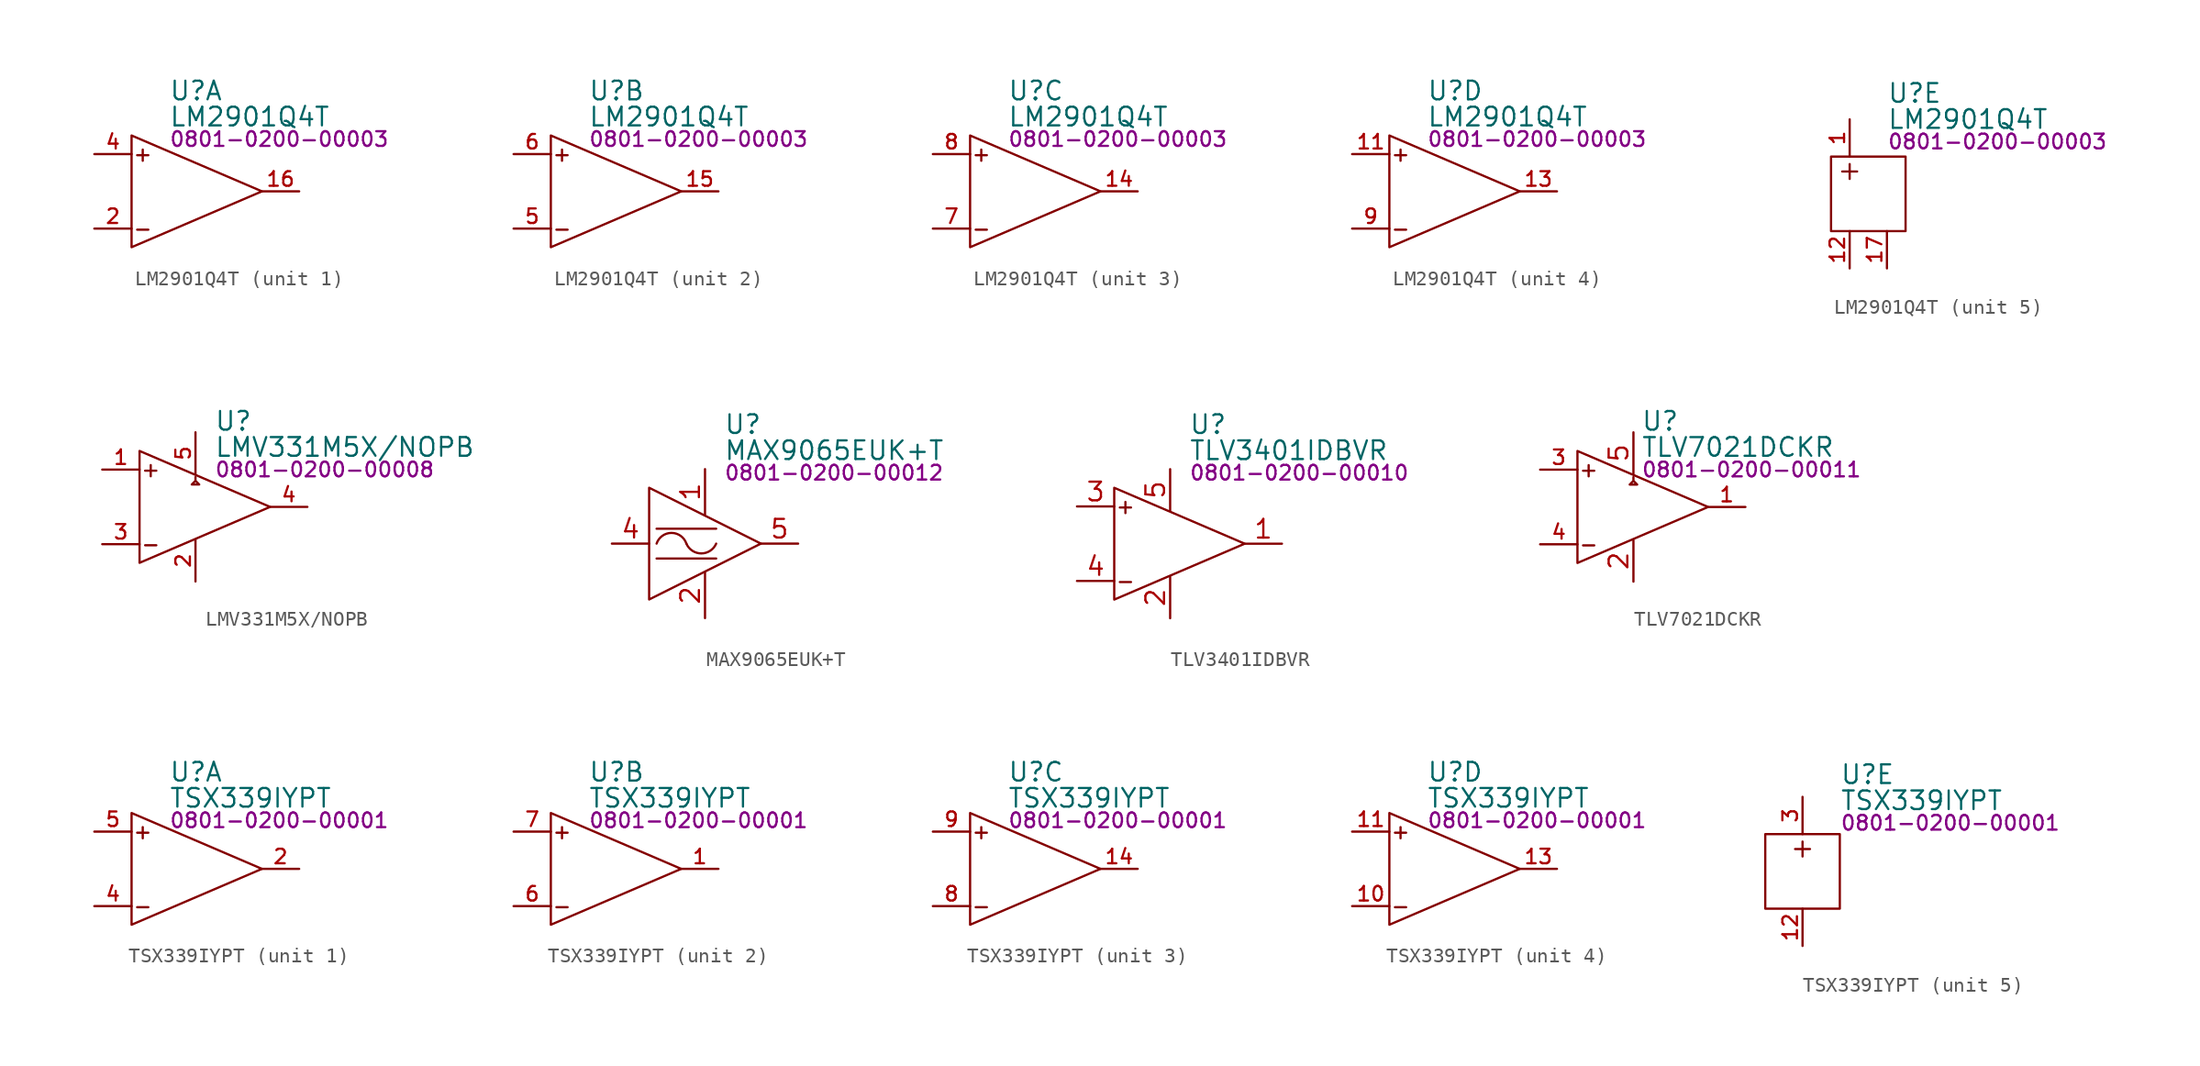
<source format=kicad_sym>
(kicad_symbol_lib
  (version 20231120)
  (generator "kicad_symbol_editor")
  (generator_version "8.0")
  (symbol "LM2901Q4T"
    (pin_names hide)
    (property "Reference" "U"
      (at 2.54 6.858 0)
      (effects (font (size 1.27 1.27)) (justify left)))
    (property "Value" "LM2901Q4T"
      (at 2.54 5.08 0)
      (effects (font (size 1.27 1.27)) (justify left)))
    (property "PartNumber" "0801-0200-00003"
      (at 2.54 3.556 0)
      (effects (font (size 1 1)) (justify left)))
    (property "ki_locked" ""
      (at 0 0 0)
      (effects (font (size 1.27 1.27))))
    (symbol "LM2901Q4T_1_0"
      (text "+" (at 0.762 2.54 0) (effects (font (size 1 1))))
      (text "-" (at 0.762 -2.54 0) (effects (font (size 1 1))))
      (pin output line (at 11.43 0 180) (length 2.54) (name "OUT1" (effects (font (size 1.27 1.27)))) (number "16" (effects (font (size 0.991 0.991)))))
      (pin input line (at -2.54 -2.54 0) (length 2.54) (name "IN1-" (effects (font (size 1.27 1.27)))) (number "2" (effects (font (size 0.991 0.991)))))
      (pin input line (at -2.54 2.54 0) (length 2.54) (name "IN1+" (effects (font (size 1.27 1.27)))) (number "4" (effects (font (size 0.991 0.991))))))
    (symbol "LM2901Q4T_1_1"
      (polyline (pts (xy 0 3.81) (xy 8.89 0) (xy 0 -3.81) (xy 0 3.81)) (stroke (width 0) (type default)) (fill (type none))))
    (symbol "LM2901Q4T_2_0"
      (text "+" (at 0.762 2.54 0) (effects (font (size 1 1))))
      (text "-" (at 0.762 -2.54 0) (effects (font (size 1 1))))
      (pin output line (at 11.43 0 180) (length 2.54) (name "OUT2" (effects (font (size 1.27 1.27)))) (number "15" (effects (font (size 0.991 0.991)))))
      (pin input line (at -2.54 -2.54 0) (length 2.54) (name "IN2-" (effects (font (size 1.27 1.27)))) (number "5" (effects (font (size 0.991 0.991)))))
      (pin input line (at -2.54 2.54 0) (length 2.54) (name "IN2+" (effects (font (size 1.27 1.27)))) (number "6" (effects (font (size 0.991 0.991))))))
    (symbol "LM2901Q4T_2_1"
      (polyline (pts (xy 0 3.81) (xy 8.89 0) (xy 0 -3.81) (xy 0 3.81)) (stroke (width 0) (type default)) (fill (type none))))
    (symbol "LM2901Q4T_3_0"
      (text "+" (at 0.762 2.54 0) (effects (font (size 1 1))))
      (text "-" (at 0.762 -2.54 0) (effects (font (size 1 1))))
      (pin output line (at 11.43 0 180) (length 2.54) (name "OUT3" (effects (font (size 1.27 1.27)))) (number "14" (effects (font (size 0.991 0.991)))))
      (pin input line (at -2.54 -2.54 0) (length 2.54) (name "IN3-" (effects (font (size 1.27 1.27)))) (number "7" (effects (font (size 0.991 0.991)))))
      (pin input line (at -2.54 2.54 0) (length 2.54) (name "IN3+" (effects (font (size 1.27 1.27)))) (number "8" (effects (font (size 0.991 0.991))))))
    (symbol "LM2901Q4T_3_1"
      (polyline (pts (xy 0 3.81) (xy 8.89 0) (xy 0 -3.81) (xy 0 3.81)) (stroke (width 0) (type default)) (fill (type none))))
    (symbol "LM2901Q4T_4_0"
      (text "+" (at 0.762 2.54 0) (effects (font (size 1 1))))
      (text "-" (at 0.762 -2.54 0) (effects (font (size 1 1))))
      (pin input line (at -2.54 2.54 0) (length 2.54) (name "IN4+" (effects (font (size 1.27 1.27)))) (number "11" (effects (font (size 0.991 0.991)))))
      (pin output line (at 11.43 0 180) (length 2.54) (name "OUT4" (effects (font (size 1.27 1.27)))) (number "13" (effects (font (size 0.991 0.991)))))
      (pin input line (at -2.54 -2.54 0) (length 2.54) (name "IN4-" (effects (font (size 1.27 1.27)))) (number "9" (effects (font (size 0.991 0.991))))))
    (symbol "LM2901Q4T_4_1"
      (polyline (pts (xy 0 3.81) (xy 8.89 0) (xy 0 -3.81) (xy 0 3.81)) (stroke (width 0) (type default)) (fill (type none))))
    (symbol "LM2901Q4T_5_0"
      (rectangle (start -1.27 2.54) (end 3.81 -2.54) (stroke (width 0) (type default)) (fill (type none)))
      (pin power_in line (at 0 5.08 270) (length 2.54) (name "VCC+" (effects (font (size 1.27 1.27)))) (number "1" (effects (font (size 0.991 0.991)))))
      (pin unspecified line (at -5.08 -2.54 0) (length 2.54) hide (name "NC" (effects (font (size 1.27 1.27)))) (number "10" (effects (font (size 0.991 0.991)))))
      (pin power_in line (at 0 -5.08 90) (length 2.54) (name "VCC-" (effects (font (size 1.27 1.27)))) (number "12" (effects (font (size 0.991 0.991)))))
      (pin power_in line (at 2.54 -5.08 90) (length 2.54) (name "VCC-?" (effects (font (size 1.27 1.27)))) (number "17" (effects (font (size 0.991 0.991)))))
      (pin no_connect line (at -5.08 0 0) (length 2.54) hide (name "NC" (effects (font (size 1.27 1.27)))) (number "3" (effects (font (size 0.991 0.991))))))
    (symbol "LM2901Q4T_5_1"
      (polyline (pts (xy -0.508 1.524) (xy 0.508 1.524)) (stroke (width 0) (type default)) (fill (type none)))
      (polyline (pts (xy 0 2.032) (xy 0 1.016)) (stroke (width 0) (type default)) (fill (type none)))))
  (symbol "LMV331M5X/NOPB"
    (pin_names hide)
    (property "Reference" "U"
      (at 5.08 5.842 0)
      (effects (font (size 1.27 1.27)) (justify left)))
    (property "Value" "LMV331M5X/NOPB"
      (at 5.08 4.064 0)
      (effects (font (size 1.27 1.27)) (justify left)))
    (property "PartNumber" "0801-0200-00008"
      (at 5.08 2.54 0)
      (effects (font (size 1 1)) (justify left)))
    (symbol "LMV331M5X/NOPB_0_0"
      (pin input line (at -2.54 2.54 0) (length 2.54) (name "IN+" (effects (font (size 1.27 1.27)))) (number "1" (effects (font (size 0.991 0.991)))))
      (pin input line (at -2.54 -2.54 0) (length 2.54) (name "IN-" (effects (font (size 1.27 1.27)))) (number "3" (effects (font (size 0.991 0.991)))))
      (pin output line (at 11.43 0 180) (length 2.54) (name "OUT" (effects (font (size 1.27 1.27)))) (number "4" (effects (font (size 0.991 0.991))))))
    (symbol "LMV331M5X/NOPB_0_1"
      (polyline (pts (xy 3.81 2.032) (xy 3.81 1.778) (xy 3.556 1.524) (xy 4.064 1.524) (xy 3.81 1.778)) (stroke (width 0) (type default)) (fill (type none))))
    (symbol "LMV331M5X/NOPB_1_0"
      (pin power_in line (at 3.81 -5.08 90) (length 2.85) (name "V-" (effects (font (size 1.27 1.27)))) (number "2" (effects (font (size 0.991 0.991)))))
      (pin power_in line (at 3.81 5.08 270) (length 2.85) (name "V+" (effects (font (size 1.27 1.27)))) (number "5" (effects (font (size 0.991 0.991))))))
    (symbol "LMV331M5X/NOPB_1_1"
      (polyline (pts (xy 0 3.81) (xy 8.89 0) (xy 0 -3.81) (xy 0 3.81)) (stroke (width 0) (type default)) (fill (type none)))
      (text "+" (at 0.762 2.54 0) (effects (font (size 1 1))))
      (text "-" (at 0.762 -2.54 0) (effects (font (size 1 1))))))
  (symbol "MAX9065EUK+T"
    (property "Reference" "U"
      (at 5.08 8.128 0)
      (effects (font (size 1.27 1.27)) (justify left)))
    (property "Value" "MAX9065EUK+T"
      (at 5.08 6.35 0)
      (effects (font (size 1.27 1.27)) (justify left)))
    (property "PartNumber" "0801-0200-00012"
      (at 5.08 4.826 0)
      (effects (font (size 1 1)) (justify left)))
    (symbol "MAX9065EUK+T_0_0"
      (polyline (pts (xy 0.508 -1.016) (xy 4.572 -1.016)) (stroke (width 0) (type default)) (fill (type none)))
      (polyline (pts (xy 0.508 1.016) (xy 4.572 1.016)) (stroke (width 0) (type default)) (fill (type none)))
      (polyline (pts (xy 0 3.81) (xy 0 -3.81) (xy 7.62 0) (xy 0 3.81)) (stroke (width 0) (type default)) (fill (type none)))
      (arc (start 2.54 0) (mid 1.524 0.7304) (end 0.508 0) (stroke (width 0) (type default)) (fill (type none)))
      (arc (start 2.54 0) (mid 3.556 -0.6686) (end 4.572 0) (stroke (width 0) (type default)) (fill (type none)))
      (pin power_in line (at 3.81 5.08 270) (length 3.1) (name "~" (effects (font (size 1.27 1.27)))) (number "1" (effects (font (size 1.27 1.27)))))
      (pin power_in line (at 3.81 -5.08 90) (length 3.1) (name "~" (effects (font (size 1.27 1.27)))) (number "2" (effects (font (size 1.27 1.27)))))
      (pin power_in line (at 3.81 -5.08 90) (length 3.1) hide (name "~" (effects (font (size 1.27 1.27)))) (number "3" (effects (font (size 1.27 1.27)))))
      (pin input line (at -2.54 0 0) (length 2.54) (name "~" (effects (font (size 1.27 1.27)))) (number "4" (effects (font (size 1.27 1.27)))))
      (pin output line (at 10.16 0 180) (length 2.54) (name "~" (effects (font (size 1.27 1.27)))) (number "5" (effects (font (size 1.27 1.27)))))))
  (symbol "TLV3401IDBVR"
    (property "Reference" "U"
      (at 5.08 8.128 0)
      (effects (font (size 1.27 1.27)) (justify left)))
    (property "Value" "TLV3401IDBVR"
      (at 5.08 6.35 0)
      (effects (font (size 1.27 1.27)) (justify left)))
    (property "PartNumber" "0801-0200-00010"
      (at 5.08 4.826 0)
      (effects (font (size 1 1)) (justify left)))
    (symbol "TLV3401IDBVR_0_0"
      (pin bidirectional line (at 11.43 0 180) (length 2.54) (name "OUT" (effects (font (size 0 0)))) (number "1" (effects (font (size 1.27 1.27)))))
      (pin power_in line (at 3.81 -5.08 90) (length 2.82) (name "V-" (effects (font (size 0 0)))) (number "2" (effects (font (size 1.27 1.27)))))
      (pin bidirectional line (at -2.54 2.54 0) (length 2.54) (name "IN+" (effects (font (size 0 0)))) (number "3" (effects (font (size 1.27 1.27)))))
      (pin bidirectional line (at -2.54 -2.54 0) (length 2.54) (name "IN-" (effects (font (size 0 0)))) (number "4" (effects (font (size 1.27 1.27)))))
      (pin power_in line (at 3.81 5.08 270) (length 2.82) (name "V+" (effects (font (size 0 0)))) (number "5" (effects (font (size 1.27 1.27))))))
    (symbol "TLV3401IDBVR_1_1"
      (polyline (pts (xy 0 3.81) (xy 8.89 0) (xy 0 -3.81) (xy 0 3.81)) (stroke (width 0) (type default)) (fill (type none)))
      (text "+" (at 0.762 2.54 0) (effects (font (size 1 1))))
      (text "-" (at 0.762 -2.54 0) (effects (font (size 1 1))))))
  (symbol "TLV7021DCKR"
    (pin_names hide)
    (property "Reference" "U"
      (at 4.318 5.842 0)
      (effects (font (size 1.27 1.27)) (justify left)))
    (property "Value" "TLV7021DCKR"
      (at 4.318 4.064 0)
      (effects (font (size 1.27 1.27)) (justify left)))
    (property "PartNumber" "0801-0200-00011"
      (at 4.318 2.54 0)
      (effects (font (size 1 1)) (justify left)))
    (symbol "TLV7021DCKR_0_0"
      (pin output line (at 11.43 0 180) (length 2.54) (name "OUT" (effects (font (size 1.27 1.27)))) (number "1" (effects (font (size 0.991 0.991)))))
      (pin power_in line (at 3.81 -5.08 90) (length 2.82) (name "V-" (effects (font (size 0 0)))) (number "2" (effects (font (size 1.27 1.27)))))
      (pin input line (at -2.54 2.54 0) (length 2.54) (name "IN+" (effects (font (size 1.27 1.27)))) (number "3" (effects (font (size 0.991 0.991)))))
      (pin input line (at -2.54 -2.54 0) (length 2.54) (name "IN-" (effects (font (size 1.27 1.27)))) (number "4" (effects (font (size 0.991 0.991)))))
      (pin power_in line (at 3.81 5.08 270) (length 2.82) (name "V+" (effects (font (size 0 0)))) (number "5" (effects (font (size 1.27 1.27))))))
    (symbol "TLV7021DCKR_0_1"
      (polyline (pts (xy 3.81 2.032) (xy 3.81 1.778) (xy 3.556 1.524) (xy 4.064 1.524) (xy 3.81 1.778)) (stroke (width 0) (type default)) (fill (type none))))
    (symbol "TLV7021DCKR_1_1"
      (polyline (pts (xy 0 3.81) (xy 8.89 0) (xy 0 -3.81) (xy 0 3.81)) (stroke (width 0) (type default)) (fill (type none)))
      (text "+" (at 0.762 2.54 0) (effects (font (size 1 1))))
      (text "-" (at 0.762 -2.54 0) (effects (font (size 1 1))))))
  (symbol "TSX339IYPT"
    (pin_names hide)
    (property "Reference" "U"
      (at 2.54 6.604 0)
      (effects (font (size 1.27 1.27)) (justify left)))
    (property "Value" "TSX339IYPT"
      (at 2.54 4.826 0)
      (effects (font (size 1.27 1.27)) (justify left)))
    (property "PartNumber" "0801-0200-00001"
      (at 2.54 3.302 0)
      (effects (font (size 1 1)) (justify left)))
    (property "ki_locked" ""
      (at 0 0 0)
      (effects (font (size 1.27 1.27))))
    (symbol "TSX339IYPT_1_0"
      (pin output line (at 11.43 0 180) (length 2.54) (name "OUT1" (effects (font (size 1.27 1.27)))) (number "2" (effects (font (size 0.991 0.991)))))
      (pin input line (at -2.54 -2.54 0) (length 2.54) (name "IN1-" (effects (font (size 1.27 1.27)))) (number "4" (effects (font (size 0.991 0.991)))))
      (pin input line (at -2.54 2.54 0) (length 2.54) (name "IN1+" (effects (font (size 1.27 1.27)))) (number "5" (effects (font (size 0.991 0.991))))))
    (symbol "TSX339IYPT_1_1"
      (polyline (pts (xy 0 3.81) (xy 8.89 0) (xy 0 -3.81) (xy 0 3.81)) (stroke (width 0) (type default)) (fill (type none)))
      (text "+" (at 0.762 2.54 0) (effects (font (size 1 1))))
      (text "-" (at 0.762 -2.54 0) (effects (font (size 1 1)))))
    (symbol "TSX339IYPT_2_0"
      (pin output line (at 11.43 0 180) (length 2.54) (name "OUT2" (effects (font (size 1.27 1.27)))) (number "1" (effects (font (size 0.991 0.991)))))
      (pin input line (at -2.54 -2.54 0) (length 2.54) (name "IN2-" (effects (font (size 1.27 1.27)))) (number "6" (effects (font (size 0.991 0.991)))))
      (pin input line (at -2.54 2.54 0) (length 2.54) (name "IN2+" (effects (font (size 1.27 1.27)))) (number "7" (effects (font (size 0.991 0.991))))))
    (symbol "TSX339IYPT_2_1"
      (polyline (pts (xy 0 3.81) (xy 8.89 0) (xy 0 -3.81) (xy 0 3.81)) (stroke (width 0) (type default)) (fill (type none)))
      (text "+" (at 0.762 2.54 0) (effects (font (size 1 1))))
      (text "-" (at 0.762 -2.54 0) (effects (font (size 1 1)))))
    (symbol "TSX339IYPT_3_0"
      (pin output line (at 11.43 0 180) (length 2.54) (name "OUT3" (effects (font (size 1.27 1.27)))) (number "14" (effects (font (size 0.991 0.991)))))
      (pin input line (at -2.54 -2.54 0) (length 2.54) (name "IN3-" (effects (font (size 1.27 1.27)))) (number "8" (effects (font (size 0.991 0.991)))))
      (pin input line (at -2.54 2.54 0) (length 2.54) (name "IN3+" (effects (font (size 1.27 1.27)))) (number "9" (effects (font (size 0.991 0.991))))))
    (symbol "TSX339IYPT_3_1"
      (polyline (pts (xy 0 3.81) (xy 8.89 0) (xy 0 -3.81) (xy 0 3.81)) (stroke (width 0) (type default)) (fill (type none)))
      (text "+" (at 0.762 2.54 0) (effects (font (size 1 1))))
      (text "-" (at 0.762 -2.54 0) (effects (font (size 1 1)))))
    (symbol "TSX339IYPT_4_0"
      (pin input line (at -2.54 -2.54 0) (length 2.54) (name "IN4-" (effects (font (size 1.27 1.27)))) (number "10" (effects (font (size 0.991 0.991)))))
      (pin input line (at -2.54 2.54 0) (length 2.54) (name "IN4+" (effects (font (size 1.27 1.27)))) (number "11" (effects (font (size 0.991 0.991)))))
      (pin output line (at 11.43 0 180) (length 2.54) (name "OUT4" (effects (font (size 1.27 1.27)))) (number "13" (effects (font (size 0.991 0.991))))))
    (symbol "TSX339IYPT_4_1"
      (polyline (pts (xy 0 3.81) (xy 8.89 0) (xy 0 -3.81) (xy 0 3.81)) (stroke (width 0) (type default)) (fill (type none)))
      (text "+" (at 0.762 2.54 0) (effects (font (size 1 1))))
      (text "-" (at 0.762 -2.54 0) (effects (font (size 1 1)))))
    (symbol "TSX339IYPT_5_0"
      (pin power_in line (at 0 -5.08 90) (length 2.54) (name "V-" (effects (font (size 1.27 1.27)))) (number "12" (effects (font (size 0.991 0.991)))))
      (pin power_in line (at 0 5.08 270) (length 2.54) (name "V+" (effects (font (size 1.27 1.27)))) (number "3" (effects (font (size 0.991 0.991))))))
    (symbol "TSX339IYPT_5_1"
      (rectangle (start -2.54 2.54) (end 2.54 -2.54) (stroke (width 0) (type default)) (fill (type none)))
      (polyline (pts (xy -0.508 1.524) (xy 0.508 1.524)) (stroke (width 0) (type default)) (fill (type none)))
      (polyline (pts (xy 0 2.032) (xy 0 1.016)) (stroke (width 0) (type default)) (fill (type none))))))
</source>
